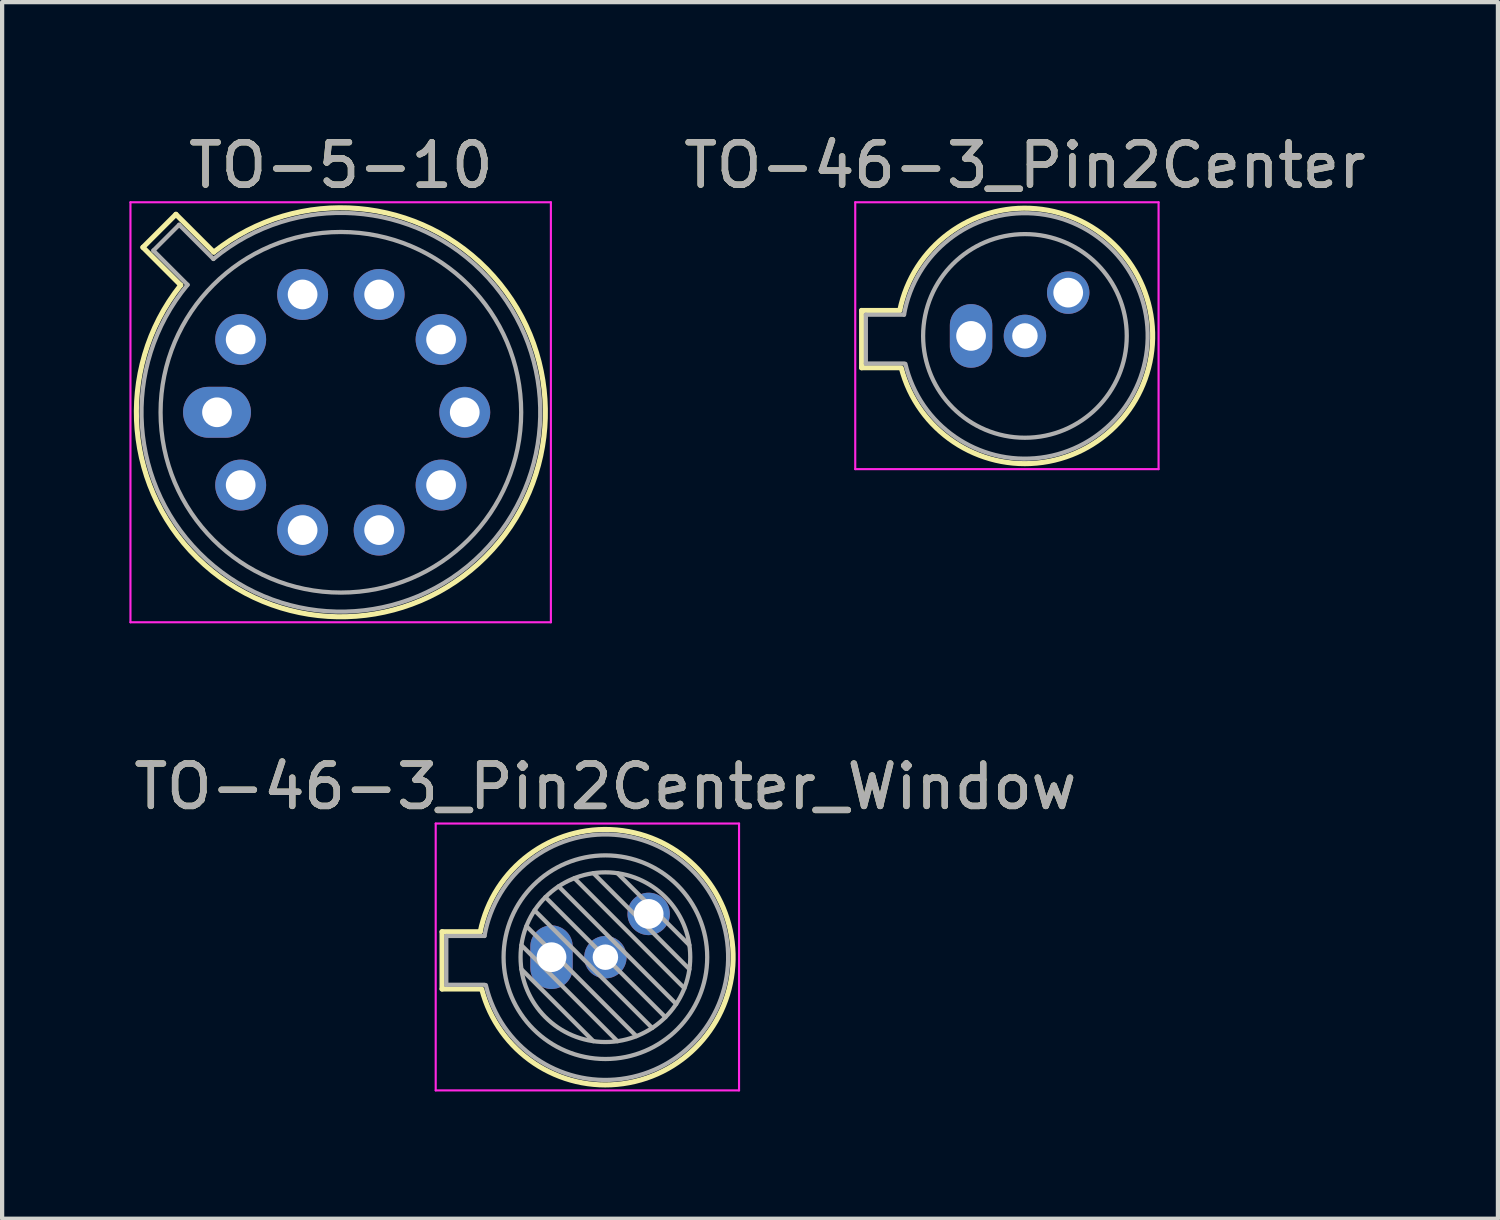
<source format=kicad_pcb>
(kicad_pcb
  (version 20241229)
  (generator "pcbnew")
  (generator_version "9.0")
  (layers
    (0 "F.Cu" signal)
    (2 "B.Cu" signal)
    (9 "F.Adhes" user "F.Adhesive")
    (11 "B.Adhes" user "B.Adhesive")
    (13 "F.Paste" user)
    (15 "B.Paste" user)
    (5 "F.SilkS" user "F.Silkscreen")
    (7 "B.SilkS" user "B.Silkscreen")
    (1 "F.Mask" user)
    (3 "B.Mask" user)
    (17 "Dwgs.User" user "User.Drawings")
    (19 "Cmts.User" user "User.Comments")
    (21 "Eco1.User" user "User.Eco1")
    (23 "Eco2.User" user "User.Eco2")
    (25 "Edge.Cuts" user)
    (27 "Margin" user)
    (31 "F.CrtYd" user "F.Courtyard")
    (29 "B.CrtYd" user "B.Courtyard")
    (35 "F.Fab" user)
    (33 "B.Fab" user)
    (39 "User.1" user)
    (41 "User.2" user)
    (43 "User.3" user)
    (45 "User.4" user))
  (footprint "TO-46-3_Pin2Center"
    (layer "F.Cu")
    (at 19.839 4.868)
    (property "Reference" "TO-46-3_Pin2Center" (at 1.27 -4.02 0) (layer "F.SilkS") (effects (font (size 1 1) (thickness 0.15))))
    (attr through_hole)
    (fp_line (start -2.58 -0.6) (end -2.58 0.75) (stroke (width 0.12) (type solid)) (layer "F.SilkS"))
    (fp_line (start -2.58 0.75) (end -1.68 0.75) (stroke (width 0.12) (type solid)) (layer "F.SilkS"))
    (fp_line (start -1.68 -0.6) (end -2.58 -0.6) (stroke (width 0.12) (type solid)) (layer "F.SilkS"))
    (fp_arc (start -1.68 -0.6) (mid 4.279362 -0.078983) (end -1.644465 0.753918) (stroke (width 0.12) (type solid)) (layer "F.SilkS"))
    (fp_line (start -2.73 -3.15) (end -2.73 3.14) (stroke (width 0.05) (type solid)) (layer "F.CrtYd"))
    (fp_line (start -2.73 -3.15) (end 4.42 -3.15) (stroke (width 0.05) (type solid)) (layer "F.CrtYd"))
    (fp_line (start 4.42 3.14) (end -2.73 3.14) (stroke (width 0.05) (type solid)) (layer "F.CrtYd"))
    (fp_line (start 4.42 3.14) (end 4.42 -3.15) (stroke (width 0.05) (type solid)) (layer "F.CrtYd"))
    (fp_line (start -2.48 -0.5) (end -2.48 0.65) (stroke (width 0.1) (type solid)) (layer "F.Fab"))
    (fp_line (start -2.48 0.65) (end -1.58 0.65) (stroke (width 0.1) (type solid)) (layer "F.Fab"))
    (fp_line (start -1.58 -0.5) (end -2.48 -0.5) (stroke (width 0.1) (type solid)) (layer "F.Fab"))
    (fp_arc (start -1.58 -0.5) (mid 4.1624 -0.08076) (end -1.54766 0.65825) (stroke (width 0.1) (type solid)) (layer "F.Fab"))
    (fp_circle (center 1.27 0) (end 3.67 0) (stroke (width 0.1) (type solid)) (fill no) (layer "F.Fab"))
    (fp_text user "${REFERENCE}" (at 1.27 -4.02 0) (layer "F.Fab") (effects (font (size 1 1) (thickness 0.15))))
    (pad "1" thru_hole oval (at 0 0 90) (size 1.5 1) (drill 0.7) (layers "*.Cu" "*.Mask"))
    (pad "2" thru_hole oval (at 1.27 0) (size 1 1) (drill 0.6) (layers "*.Cu" "*.Mask"))
    (pad "3" thru_hole oval (at 2.29 -1.02 90) (size 1 1) (drill 0.7) (layers "*.Cu" "*.Mask")))
  (footprint "TO-5-10"
    (layer "F.Cu")
    (at 2.065 6.668)
    (property "Reference" "TO-5-10" (at 2.92 -5.82 0) (layer "F.SilkS") (effects (font (size 1 1) (thickness 0.15))))
    (attr through_hole)
    (fp_line (start -1.746 -3.888) (end -0.855 -2.997) (stroke (width 0.12) (type solid)) (layer "F.SilkS"))
    (fp_line (start -0.968 -4.666) (end -1.746 -3.888) (stroke (width 0.12) (type solid)) (layer "F.SilkS"))
    (fp_line (start -0.077 -3.775) (end -0.968 -4.666) (stroke (width 0.12) (type solid)) (layer "F.SilkS"))
    (fp_arc (start -0.077084 -3.774902) (mid 6.328125 3.408384) (end -0.854674 -2.997371) (stroke (width 0.12) (type solid)) (layer "F.SilkS"))
    (fp_line (start -2.04 -4.95) (end -2.04 4.95) (stroke (width 0.05) (type solid)) (layer "F.CrtYd"))
    (fp_line (start -2.04 4.95) (end 7.87 4.95) (stroke (width 0.05) (type solid)) (layer "F.CrtYd"))
    (fp_line (start 7.87 -4.95) (end -2.04 -4.95) (stroke (width 0.05) (type solid)) (layer "F.CrtYd"))
    (fp_line (start 7.87 4.95) (end 7.87 -4.95) (stroke (width 0.05) (type solid)) (layer "F.CrtYd"))
    (fp_line (start -1.5 -3.812) (end -0.694 -3.005) (stroke (width 0.1) (type solid)) (layer "F.Fab"))
    (fp_line (start -0.892 -4.42) (end -1.5 -3.812) (stroke (width 0.1) (type solid)) (layer "F.Fab"))
    (fp_line (start -0.085 -3.614) (end -0.892 -4.42) (stroke (width 0.1) (type solid)) (layer "F.Fab"))
    (fp_arc (start -0.085408 -3.61352) (mid 6.243443 3.323361) (end -0.693594 -3.005319) (stroke (width 0.1) (type solid)) (layer "F.Fab"))
    (fp_circle (center 2.92 0) (end 7.17 0) (stroke (width 0.1) (type solid)) (fill no) (layer "F.Fab"))
    (fp_text user "${REFERENCE}" (at 2.92 -5.82 0) (layer "F.Fab") (effects (font (size 1 1) (thickness 0.15))))
    (pad "1" thru_hole oval (at 0 0) (size 1.6 1.2) (drill 0.7) (layers "*.Cu" "*.Mask"))
    (pad "2" thru_hole oval (at 0.558 1.716) (size 1.2 1.2) (drill 0.7) (layers "*.Cu" "*.Mask"))
    (pad "3" thru_hole oval (at 2.018 2.777) (size 1.2 1.2) (drill 0.7) (layers "*.Cu" "*.Mask"))
    (pad "4" thru_hole oval (at 3.822 2.777) (size 1.2 1.2) (drill 0.7) (layers "*.Cu" "*.Mask"))
    (pad "5" thru_hole oval (at 5.282 1.716) (size 1.2 1.2) (drill 0.7) (layers "*.Cu" "*.Mask"))
    (pad "6" thru_hole oval (at 5.84 0) (size 1.2 1.2) (drill 0.7) (layers "*.Cu" "*.Mask"))
    (pad "7" thru_hole oval (at 5.282 -1.716) (size 1.2 1.2) (drill 0.7) (layers "*.Cu" "*.Mask"))
    (pad "8" thru_hole oval (at 3.822 -2.777) (size 1.2 1.2) (drill 0.7) (layers "*.Cu" "*.Mask"))
    (pad "9" thru_hole oval (at 2.018 -2.777) (size 1.2 1.2) (drill 0.7) (layers "*.Cu" "*.Mask"))
    (pad "10" thru_hole oval (at 0.558 -1.716) (size 1.2 1.2) (drill 0.7) (layers "*.Cu" "*.Mask")))
  (footprint "TO-46-3_Pin2Center_Window"
    (layer "F.Cu")
    (at 9.95 19.512)
    (property "Reference" "TO-46-3_Pin2Center_Window" (at 1.27 -4.02 0) (layer "F.SilkS") (effects (font (size 1 1) (thickness 0.15))))
    (attr through_hole)
    (fp_line (start -2.58 -0.6) (end -2.58 0.75) (stroke (width 0.12) (type solid)) (layer "F.SilkS"))
    (fp_line (start -2.58 0.75) (end -1.68 0.75) (stroke (width 0.12) (type solid)) (layer "F.SilkS"))
    (fp_line (start -1.68 -0.6) (end -2.58 -0.6) (stroke (width 0.12) (type solid)) (layer "F.SilkS"))
    (fp_arc (start -1.68 -0.6) (mid 4.279362 -0.078983) (end -1.644465 0.753918) (stroke (width 0.12) (type solid)) (layer "F.SilkS"))
    (fp_line (start -2.73 -3.15) (end -2.73 3.14) (stroke (width 0.05) (type solid)) (layer "F.CrtYd"))
    (fp_line (start -2.73 -3.15) (end 4.42 -3.15) (stroke (width 0.05) (type solid)) (layer "F.CrtYd"))
    (fp_line (start 4.42 3.14) (end -2.73 3.14) (stroke (width 0.05) (type solid)) (layer "F.CrtYd"))
    (fp_line (start 4.42 3.14) (end 4.42 -3.15) (stroke (width 0.05) (type solid)) (layer "F.CrtYd"))
    (fp_line (start -2.48 -0.5) (end -2.48 0.65) (stroke (width 0.1) (type solid)) (layer "F.Fab"))
    (fp_line (start -2.48 0.65) (end -1.58 0.65) (stroke (width 0.1) (type solid)) (layer "F.Fab"))
    (fp_line (start -1.58 -0.5) (end -2.48 -0.5) (stroke (width 0.1) (type solid)) (layer "F.Fab"))
    (fp_line (start -0.71 -0.283) (end 1.553 1.98) (stroke (width 0.1) (type solid)) (layer "F.Fab"))
    (fp_line (start -0.71 0.283) (end 0.987 1.98) (stroke (width 0.1) (type solid)) (layer "F.Fab"))
    (fp_line (start -0.592 -0.731) (end 2.001 1.862) (stroke (width 0.1) (type solid)) (layer "F.Fab"))
    (fp_line (start -0.399 -1.103) (end 2.373 1.669) (stroke (width 0.1) (type solid)) (layer "F.Fab"))
    (fp_line (start -0.145 -1.415) (end 2.685 1.415) (stroke (width 0.1) (type solid)) (layer "F.Fab"))
    (fp_line (start 0.167 -1.669) (end 2.939 1.103) (stroke (width 0.1) (type solid)) (layer "F.Fab"))
    (fp_line (start 0.539 -1.862) (end 3.132 0.731) (stroke (width 0.1) (type solid)) (layer "F.Fab"))
    (fp_line (start 0.987 -1.98) (end 3.25 0.283) (stroke (width 0.1) (type solid)) (layer "F.Fab"))
    (fp_line (start 1.553 -1.98) (end 3.25 -0.283) (stroke (width 0.1) (type solid)) (layer "F.Fab"))
    (fp_arc (start -1.58 -0.5) (mid 4.1624 -0.08076) (end -1.54766 0.65825) (stroke (width 0.1) (type solid)) (layer "F.Fab"))
    (fp_circle (center 1.27 0) (end 3.27 0) (stroke (width 0.1) (type solid)) (fill no) (layer "F.Fab"))
    (fp_circle (center 1.27 0) (end 3.67 0) (stroke (width 0.1) (type solid)) (fill no) (layer "F.Fab"))
    (fp_text user "${REFERENCE}" (at 1.27 -4.02 0) (layer "F.Fab") (effects (font (size 1 1) (thickness 0.15))))
    (pad "1" thru_hole oval (at 0 0 90) (size 1.5 1) (drill 0.7) (layers "*.Cu" "*.Mask"))
    (pad "2" thru_hole oval (at 1.27 0) (size 1 1) (drill 0.6) (layers "*.Cu" "*.Mask"))
    (pad "3" thru_hole oval (at 2.29 -1.02 90) (size 1 1) (drill 0.7) (layers "*.Cu" "*.Mask")))
  (gr_rect
    (start -3 -3)
    (end 32.258 25.677)
    (stroke (width 0.1) (type default))
    (fill no)
    (layer "Edge.Cuts")))
</source>
